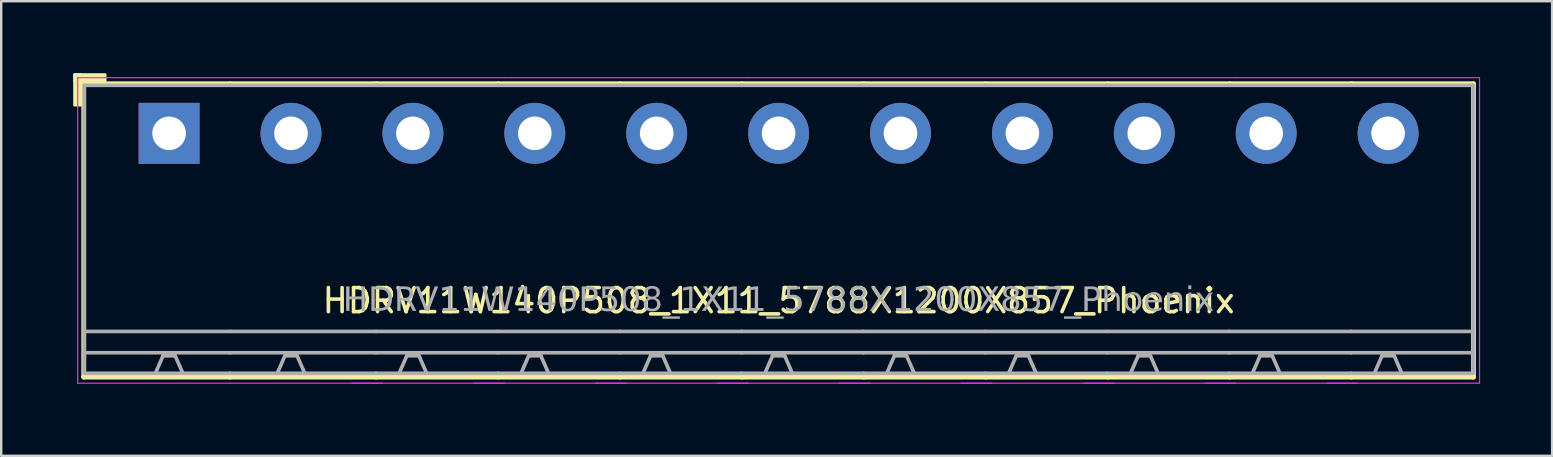
<source format=kicad_pcb>
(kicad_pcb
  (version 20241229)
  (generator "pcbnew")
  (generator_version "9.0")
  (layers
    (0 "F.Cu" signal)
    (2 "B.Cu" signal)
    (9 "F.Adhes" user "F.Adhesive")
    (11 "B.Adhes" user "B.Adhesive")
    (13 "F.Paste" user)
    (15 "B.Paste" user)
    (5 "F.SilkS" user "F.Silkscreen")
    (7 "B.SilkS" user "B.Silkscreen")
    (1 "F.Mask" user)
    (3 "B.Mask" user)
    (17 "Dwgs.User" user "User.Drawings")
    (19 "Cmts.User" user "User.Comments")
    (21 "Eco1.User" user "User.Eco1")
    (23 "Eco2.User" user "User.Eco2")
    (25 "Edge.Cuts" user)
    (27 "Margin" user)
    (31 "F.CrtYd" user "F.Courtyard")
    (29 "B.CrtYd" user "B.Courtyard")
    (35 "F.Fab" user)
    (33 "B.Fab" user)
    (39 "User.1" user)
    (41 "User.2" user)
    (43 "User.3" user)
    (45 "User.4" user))
  (footprint "HDRV11W140P508_1X11_5788X1200X857_Phoenix"
    (layer "F.Cu")
    (at 29.397 2.506)
    (property "Reference" "HDRV11W140P508_1X11_5788X1200X857_Phoenix" (at 0 6.975 0) (layer "F.SilkS") (effects (font (size 1 1) (thickness 0.15))))
    (attr through_hole)
    (fp_line (start -28.956 -2.065) (end -28.956 10.16) (stroke (width 0.203) (type solid)) (layer "F.SilkS"))
    (fp_line (start -28.956 10.16) (end -22.86 10.16) (stroke (width 0.203) (type solid)) (layer "F.SilkS"))
    (fp_line (start -22.86 -2.065) (end -28.956 -2.065) (stroke (width 0.203) (type solid)) (layer "F.SilkS"))
    (fp_line (start -22.86 -2.065) (end -16.764 -2.065) (stroke (width 0.203) (type solid)) (layer "F.SilkS"))
    (fp_line (start -16.764 -2.065) (end -11.684 -2.065) (stroke (width 0.203) (type solid)) (layer "F.SilkS"))
    (fp_line (start -16.764 10.16) (end -22.86 10.16) (stroke (width 0.203) (type solid)) (layer "F.SilkS"))
    (fp_line (start -11.684 -2.065) (end -6.604 -2.065) (stroke (width 0.203) (type solid)) (layer "F.SilkS"))
    (fp_line (start -11.684 10.16) (end -16.764 10.16) (stroke (width 0.203) (type solid)) (layer "F.SilkS"))
    (fp_line (start -6.604 -2.065) (end -1.524 -2.065) (stroke (width 0.203) (type solid)) (layer "F.SilkS"))
    (fp_line (start -6.604 10.16) (end -11.684 10.16) (stroke (width 0.203) (type solid)) (layer "F.SilkS"))
    (fp_line (start -1.524 -2.065) (end 3.556 -2.065) (stroke (width 0.203) (type solid)) (layer "F.SilkS"))
    (fp_line (start -1.524 10.16) (end -6.604 10.16) (stroke (width 0.203) (type solid)) (layer "F.SilkS"))
    (fp_line (start 3.556 -2.065) (end 8.636 -2.065) (stroke (width 0.203) (type solid)) (layer "F.SilkS"))
    (fp_line (start 3.556 10.16) (end -1.524 10.16) (stroke (width 0.203) (type solid)) (layer "F.SilkS"))
    (fp_line (start 8.636 -2.065) (end 13.716 -2.065) (stroke (width 0.203) (type solid)) (layer "F.SilkS"))
    (fp_line (start 8.636 10.16) (end 3.556 10.16) (stroke (width 0.203) (type solid)) (layer "F.SilkS"))
    (fp_line (start 13.716 -2.065) (end 18.796 -2.065) (stroke (width 0.203) (type solid)) (layer "F.SilkS"))
    (fp_line (start 13.716 10.16) (end 8.636 10.16) (stroke (width 0.203) (type solid)) (layer "F.SilkS"))
    (fp_line (start 18.796 -2.065) (end 23.876 -2.065) (stroke (width 0.203) (type solid)) (layer "F.SilkS"))
    (fp_line (start 18.796 10.16) (end 13.716 10.16) (stroke (width 0.203) (type solid)) (layer "F.SilkS"))
    (fp_line (start 23.876 -2.065) (end 28.956 -2.065) (stroke (width 0.203) (type solid)) (layer "F.SilkS"))
    (fp_line (start 23.876 10.16) (end 18.796 10.16) (stroke (width 0.203) (type solid)) (layer "F.SilkS"))
    (fp_line (start 28.956 -2.065) (end 28.956 10.16) (stroke (width 0.203) (type solid)) (layer "F.SilkS"))
    (fp_line (start 28.956 10.16) (end 23.876 10.16) (stroke (width 0.203) (type solid)) (layer "F.SilkS"))
    (fp_rect (start -29.337 -2.446) (end -29.083 -1.176) (stroke (width 0.12) (type solid)) (fill yes) (layer "F.SilkS"))
    (fp_rect (start -29.337 -2.446) (end -28.067 -2.192) (stroke (width 0.12) (type solid)) (fill yes) (layer "F.SilkS"))
    (fp_line (start -29.21 10.414) (end -29.21 -2.319) (stroke (width 0.05) (type solid)) (layer "F.CrtYd"))
    (fp_line (start -22.86 -2.319) (end -29.21 -2.319) (stroke (width 0.05) (type solid)) (layer "F.CrtYd"))
    (fp_line (start -22.86 -2.319) (end -16.51 -2.319) (stroke (width 0.05) (type solid)) (layer "F.CrtYd"))
    (fp_line (start -22.86 10.414) (end -29.21 10.414) (stroke (width 0.05) (type solid)) (layer "F.CrtYd"))
    (fp_line (start -22.86 10.414) (end -16.51 10.414) (stroke (width 0.05) (type solid)) (layer "F.CrtYd"))
    (fp_line (start -17.78 10.414) (end -11.43 10.414) (stroke (width 0.05) (type solid)) (layer "F.CrtYd"))
    (fp_line (start -16.51 -2.319) (end -11.43 -2.319) (stroke (width 0.05) (type solid)) (layer "F.CrtYd"))
    (fp_line (start -12.7 10.414) (end -6.35 10.414) (stroke (width 0.05) (type solid)) (layer "F.CrtYd"))
    (fp_line (start -11.43 -2.319) (end -6.35 -2.319) (stroke (width 0.05) (type solid)) (layer "F.CrtYd"))
    (fp_line (start -7.62 10.414) (end -1.27 10.414) (stroke (width 0.05) (type solid)) (layer "F.CrtYd"))
    (fp_line (start -6.35 -2.319) (end -1.27 -2.319) (stroke (width 0.05) (type solid)) (layer "F.CrtYd"))
    (fp_line (start -2.54 10.414) (end 3.81 10.414) (stroke (width 0.05) (type solid)) (layer "F.CrtYd"))
    (fp_line (start -1.27 -2.319) (end 3.81 -2.319) (stroke (width 0.05) (type solid)) (layer "F.CrtYd"))
    (fp_line (start 2.54 10.414) (end 8.89 10.414) (stroke (width 0.05) (type solid)) (layer "F.CrtYd"))
    (fp_line (start 3.81 -2.319) (end 8.89 -2.319) (stroke (width 0.05) (type solid)) (layer "F.CrtYd"))
    (fp_line (start 7.62 10.414) (end 13.97 10.414) (stroke (width 0.05) (type solid)) (layer "F.CrtYd"))
    (fp_line (start 8.89 -2.319) (end 13.97 -2.319) (stroke (width 0.05) (type solid)) (layer "F.CrtYd"))
    (fp_line (start 12.7 10.414) (end 19.05 10.414) (stroke (width 0.05) (type solid)) (layer "F.CrtYd"))
    (fp_line (start 13.97 -2.319) (end 19.05 -2.319) (stroke (width 0.05) (type solid)) (layer "F.CrtYd"))
    (fp_line (start 17.78 10.414) (end 24.13 10.414) (stroke (width 0.05) (type solid)) (layer "F.CrtYd"))
    (fp_line (start 19.05 -2.319) (end 24.13 -2.319) (stroke (width 0.05) (type solid)) (layer "F.CrtYd"))
    (fp_line (start 22.86 10.414) (end 29.21 10.414) (stroke (width 0.05) (type solid)) (layer "F.CrtYd"))
    (fp_line (start 24.13 -2.319) (end 29.21 -2.319) (stroke (width 0.05) (type solid)) (layer "F.CrtYd"))
    (fp_line (start 29.21 10.414) (end 29.21 -2.319) (stroke (width 0.05) (type solid)) (layer "F.CrtYd"))
    (fp_line (start -28.94 -2) (end -28.94 10) (stroke (width 0.152) (type solid)) (layer "F.Fab"))
    (fp_line (start -25.654 9.271) (end -25.971 10) (stroke (width 0.152) (type default)) (layer "F.Fab"))
    (fp_line (start -25.146 9.271) (end -25.654 9.271) (stroke (width 0.152) (type default)) (layer "F.Fab"))
    (fp_line (start -25.146 9.271) (end -24.828 10) (stroke (width 0.152) (type default)) (layer "F.Fab"))
    (fp_line (start -22.86 -2) (end -28.94 -2) (stroke (width 0.152) (type solid)) (layer "F.Fab"))
    (fp_line (start -22.86 -2) (end -16.78 -2) (stroke (width 0.152) (type solid)) (layer "F.Fab"))
    (fp_line (start -22.86 8.255) (end -28.94 8.255) (stroke (width 0.152) (type solid)) (layer "F.Fab"))
    (fp_line (start -22.86 8.255) (end -16.78 8.255) (stroke (width 0.152) (type solid)) (layer "F.Fab"))
    (fp_line (start -22.86 9.144) (end -28.94 9.144) (stroke (width 0.152) (type solid)) (layer "F.Fab"))
    (fp_line (start -22.86 9.144) (end -16.78 9.144) (stroke (width 0.152) (type solid)) (layer "F.Fab"))
    (fp_line (start -22.86 10) (end -28.94 10) (stroke (width 0.152) (type solid)) (layer "F.Fab"))
    (fp_line (start -22.86 10) (end -16.78 10) (stroke (width 0.152) (type solid)) (layer "F.Fab"))
    (fp_line (start -20.574 9.271) (end -20.892 10) (stroke (width 0.152) (type default)) (layer "F.Fab"))
    (fp_line (start -20.066 9.271) (end -20.574 9.271) (stroke (width 0.152) (type default)) (layer "F.Fab"))
    (fp_line (start -20.066 9.271) (end -19.748 10) (stroke (width 0.152) (type default)) (layer "F.Fab"))
    (fp_line (start -16.78 -2) (end -11.7 -2) (stroke (width 0.152) (type solid)) (layer "F.Fab"))
    (fp_line (start -16.78 8.255) (end -11.7 8.255) (stroke (width 0.152) (type solid)) (layer "F.Fab"))
    (fp_line (start -16.78 9.144) (end -11.7 9.144) (stroke (width 0.152) (type solid)) (layer "F.Fab"))
    (fp_line (start -16.78 10) (end -11.7 10) (stroke (width 0.152) (type solid)) (layer "F.Fab"))
    (fp_line (start -15.494 9.271) (end -15.812 10) (stroke (width 0.152) (type default)) (layer "F.Fab"))
    (fp_line (start -14.986 9.271) (end -15.494 9.271) (stroke (width 0.152) (type default)) (layer "F.Fab"))
    (fp_line (start -14.986 9.271) (end -14.668 10) (stroke (width 0.152) (type default)) (layer "F.Fab"))
    (fp_line (start -11.7 -2) (end -6.62 -2) (stroke (width 0.152) (type solid)) (layer "F.Fab"))
    (fp_line (start -11.7 8.255) (end -6.62 8.255) (stroke (width 0.152) (type solid)) (layer "F.Fab"))
    (fp_line (start -11.7 9.144) (end -6.62 9.144) (stroke (width 0.152) (type solid)) (layer "F.Fab"))
    (fp_line (start -11.7 10) (end -6.62 10) (stroke (width 0.152) (type solid)) (layer "F.Fab"))
    (fp_line (start -10.414 9.271) (end -10.732 10) (stroke (width 0.152) (type default)) (layer "F.Fab"))
    (fp_line (start -9.906 9.271) (end -10.414 9.271) (stroke (width 0.152) (type default)) (layer "F.Fab"))
    (fp_line (start -9.906 9.271) (end -9.588 10) (stroke (width 0.152) (type default)) (layer "F.Fab"))
    (fp_line (start -6.62 -2) (end -1.54 -2) (stroke (width 0.152) (type solid)) (layer "F.Fab"))
    (fp_line (start -6.62 8.255) (end -1.54 8.255) (stroke (width 0.152) (type solid)) (layer "F.Fab"))
    (fp_line (start -6.62 9.144) (end -1.54 9.144) (stroke (width 0.152) (type solid)) (layer "F.Fab"))
    (fp_line (start -6.62 10) (end -1.54 10) (stroke (width 0.152) (type solid)) (layer "F.Fab"))
    (fp_line (start -5.334 9.271) (end -5.652 10) (stroke (width 0.152) (type default)) (layer "F.Fab"))
    (fp_line (start -4.826 9.271) (end -5.334 9.271) (stroke (width 0.152) (type default)) (layer "F.Fab"))
    (fp_line (start -4.826 9.271) (end -4.508 10) (stroke (width 0.152) (type default)) (layer "F.Fab"))
    (fp_line (start -1.54 -2) (end 3.54 -2) (stroke (width 0.152) (type solid)) (layer "F.Fab"))
    (fp_line (start -1.54 8.255) (end 3.54 8.255) (stroke (width 0.152) (type solid)) (layer "F.Fab"))
    (fp_line (start -1.54 9.144) (end 3.54 9.144) (stroke (width 0.152) (type solid)) (layer "F.Fab"))
    (fp_line (start -1.54 10) (end 3.54 10) (stroke (width 0.152) (type solid)) (layer "F.Fab"))
    (fp_line (start -0.254 9.271) (end -0.572 10) (stroke (width 0.152) (type default)) (layer "F.Fab"))
    (fp_line (start 0.254 9.271) (end -0.254 9.271) (stroke (width 0.152) (type default)) (layer "F.Fab"))
    (fp_line (start 0.254 9.271) (end 0.572 10) (stroke (width 0.152) (type default)) (layer "F.Fab"))
    (fp_line (start 3.54 -2) (end 8.62 -2) (stroke (width 0.152) (type solid)) (layer "F.Fab"))
    (fp_line (start 3.54 8.255) (end 8.62 8.255) (stroke (width 0.152) (type solid)) (layer "F.Fab"))
    (fp_line (start 3.54 9.144) (end 8.62 9.144) (stroke (width 0.152) (type solid)) (layer "F.Fab"))
    (fp_line (start 3.54 10) (end 8.62 10) (stroke (width 0.152) (type solid)) (layer "F.Fab"))
    (fp_line (start 4.826 9.271) (end 4.508 10) (stroke (width 0.152) (type default)) (layer "F.Fab"))
    (fp_line (start 5.334 9.271) (end 4.826 9.271) (stroke (width 0.152) (type default)) (layer "F.Fab"))
    (fp_line (start 5.334 9.271) (end 5.652 10) (stroke (width 0.152) (type default)) (layer "F.Fab"))
    (fp_line (start 8.62 -2) (end 13.7 -2) (stroke (width 0.152) (type solid)) (layer "F.Fab"))
    (fp_line (start 8.62 8.255) (end 13.7 8.255) (stroke (width 0.152) (type solid)) (layer "F.Fab"))
    (fp_line (start 8.62 9.144) (end 13.7 9.144) (stroke (width 0.152) (type solid)) (layer "F.Fab"))
    (fp_line (start 8.62 10) (end 13.7 10) (stroke (width 0.152) (type solid)) (layer "F.Fab"))
    (fp_line (start 9.906 9.271) (end 9.588 10) (stroke (width 0.152) (type default)) (layer "F.Fab"))
    (fp_line (start 10.414 9.271) (end 9.906 9.271) (stroke (width 0.152) (type default)) (layer "F.Fab"))
    (fp_line (start 10.414 9.271) (end 10.732 10) (stroke (width 0.152) (type default)) (layer "F.Fab"))
    (fp_line (start 13.7 -2) (end 18.78 -2) (stroke (width 0.152) (type solid)) (layer "F.Fab"))
    (fp_line (start 13.7 8.255) (end 18.78 8.255) (stroke (width 0.152) (type solid)) (layer "F.Fab"))
    (fp_line (start 13.7 9.144) (end 18.78 9.144) (stroke (width 0.152) (type solid)) (layer "F.Fab"))
    (fp_line (start 13.7 10) (end 18.78 10) (stroke (width 0.152) (type solid)) (layer "F.Fab"))
    (fp_line (start 14.986 9.271) (end 14.668 10) (stroke (width 0.152) (type default)) (layer "F.Fab"))
    (fp_line (start 15.494 9.271) (end 14.986 9.271) (stroke (width 0.152) (type default)) (layer "F.Fab"))
    (fp_line (start 15.494 9.271) (end 15.812 10) (stroke (width 0.152) (type default)) (layer "F.Fab"))
    (fp_line (start 18.78 -2) (end 23.86 -2) (stroke (width 0.152) (type solid)) (layer "F.Fab"))
    (fp_line (start 18.78 8.255) (end 23.86 8.255) (stroke (width 0.152) (type solid)) (layer "F.Fab"))
    (fp_line (start 18.78 9.144) (end 23.86 9.144) (stroke (width 0.152) (type solid)) (layer "F.Fab"))
    (fp_line (start 18.78 10) (end 23.86 10) (stroke (width 0.152) (type solid)) (layer "F.Fab"))
    (fp_line (start 20.066 9.271) (end 19.748 10) (stroke (width 0.152) (type default)) (layer "F.Fab"))
    (fp_line (start 20.574 9.271) (end 20.066 9.271) (stroke (width 0.152) (type default)) (layer "F.Fab"))
    (fp_line (start 20.574 9.271) (end 20.892 10) (stroke (width 0.152) (type default)) (layer "F.Fab"))
    (fp_line (start 23.86 -2) (end 28.94 -2) (stroke (width 0.152) (type solid)) (layer "F.Fab"))
    (fp_line (start 23.86 8.255) (end 28.94 8.255) (stroke (width 0.152) (type solid)) (layer "F.Fab"))
    (fp_line (start 23.86 9.144) (end 28.94 9.144) (stroke (width 0.152) (type solid)) (layer "F.Fab"))
    (fp_line (start 23.86 10) (end 28.94 10) (stroke (width 0.152) (type solid)) (layer "F.Fab"))
    (fp_line (start 25.146 9.271) (end 24.828 10) (stroke (width 0.152) (type default)) (layer "F.Fab"))
    (fp_line (start 25.654 9.271) (end 25.146 9.271) (stroke (width 0.152) (type default)) (layer "F.Fab"))
    (fp_line (start 25.654 9.271) (end 25.971 10) (stroke (width 0.152) (type default)) (layer "F.Fab"))
    (fp_line (start 28.94 -2) (end 28.94 10) (stroke (width 0.152) (type solid)) (layer "F.Fab"))
    (fp_rect (start -25.654 -0.254) (end -25.146 0.254) (stroke (width 0.152) (type solid)) (fill no) (layer "F.Fab"))
    (fp_rect (start -20.066 -0.254) (end -20.574 0.254) (stroke (width 0.152) (type solid)) (fill no) (layer "F.Fab"))
    (fp_rect (start -14.986 -0.254) (end -15.494 0.254) (stroke (width 0.152) (type solid)) (fill no) (layer "F.Fab"))
    (fp_rect (start -9.906 -0.254) (end -10.414 0.254) (stroke (width 0.152) (type solid)) (fill no) (layer "F.Fab"))
    (fp_rect (start -4.826 -0.254) (end -5.334 0.254) (stroke (width 0.152) (type solid)) (fill no) (layer "F.Fab"))
    (fp_rect (start 0.254 -0.254) (end -0.254 0.254) (stroke (width 0.152) (type solid)) (fill no) (layer "F.Fab"))
    (fp_rect (start 5.334 -0.254) (end 4.826 0.254) (stroke (width 0.152) (type solid)) (fill no) (layer "F.Fab"))
    (fp_rect (start 10.414 -0.254) (end 9.906 0.254) (stroke (width 0.152) (type solid)) (fill no) (layer "F.Fab"))
    (fp_rect (start 15.494 -0.254) (end 14.986 0.254) (stroke (width 0.152) (type solid)) (fill no) (layer "F.Fab"))
    (fp_rect (start 20.574 -0.254) (end 20.066 0.254) (stroke (width 0.152) (type solid)) (fill no) (layer "F.Fab"))
    (fp_rect (start 25.654 -0.254) (end 25.146 0.254) (stroke (width 0.152) (type solid)) (fill no) (layer "F.Fab"))
    (fp_text user "${REFERENCE}" (at 0 6.985 0) (layer "F.Fab") (effects (font (face "Tahoma") (size 1 1) (thickness 0.15))))
    (pad "1" thru_hole rect (at -25.4 0) (size 2.54 2.54) (drill 1.4) (layers "*.Cu" "*.Mask"))
    (pad "2" thru_hole circle (at -20.32 0) (size 2.54 2.54) (drill 1.4) (layers "*.Cu" "*.Mask"))
    (pad "3" thru_hole circle (at -15.24 0) (size 2.54 2.54) (drill 1.4) (layers "*.Cu" "*.Mask"))
    (pad "4" thru_hole circle (at -10.16 0) (size 2.54 2.54) (drill 1.4) (layers "*.Cu" "*.Mask"))
    (pad "5" thru_hole circle (at -5.08 0) (size 2.54 2.54) (drill 1.4) (layers "*.Cu" "*.Mask"))
    (pad "6" thru_hole circle (at 0 0) (size 2.54 2.54) (drill 1.4) (layers "*.Cu" "*.Mask"))
    (pad "7" thru_hole circle (at 5.08 0) (size 2.54 2.54) (drill 1.4) (layers "*.Cu" "*.Mask"))
    (pad "8" thru_hole circle (at 10.16 0) (size 2.54 2.54) (drill 1.4) (layers "*.Cu" "*.Mask"))
    (pad "9" thru_hole circle (at 15.24 0) (size 2.54 2.54) (drill 1.4) (layers "*.Cu" "*.Mask"))
    (pad "10" thru_hole circle (at 20.32 0) (size 2.54 2.54) (drill 1.4) (layers "*.Cu" "*.Mask"))
    (pad "11" thru_hole circle (at 25.4 0) (size 2.54 2.54) (drill 1.4) (layers "*.Cu" "*.Mask")))
  (gr_rect
    (start -3 -3)
    (end 61.632 15.945)
    (stroke (width 0.1) (type default))
    (fill no)
    (layer "Edge.Cuts")))
</source>
